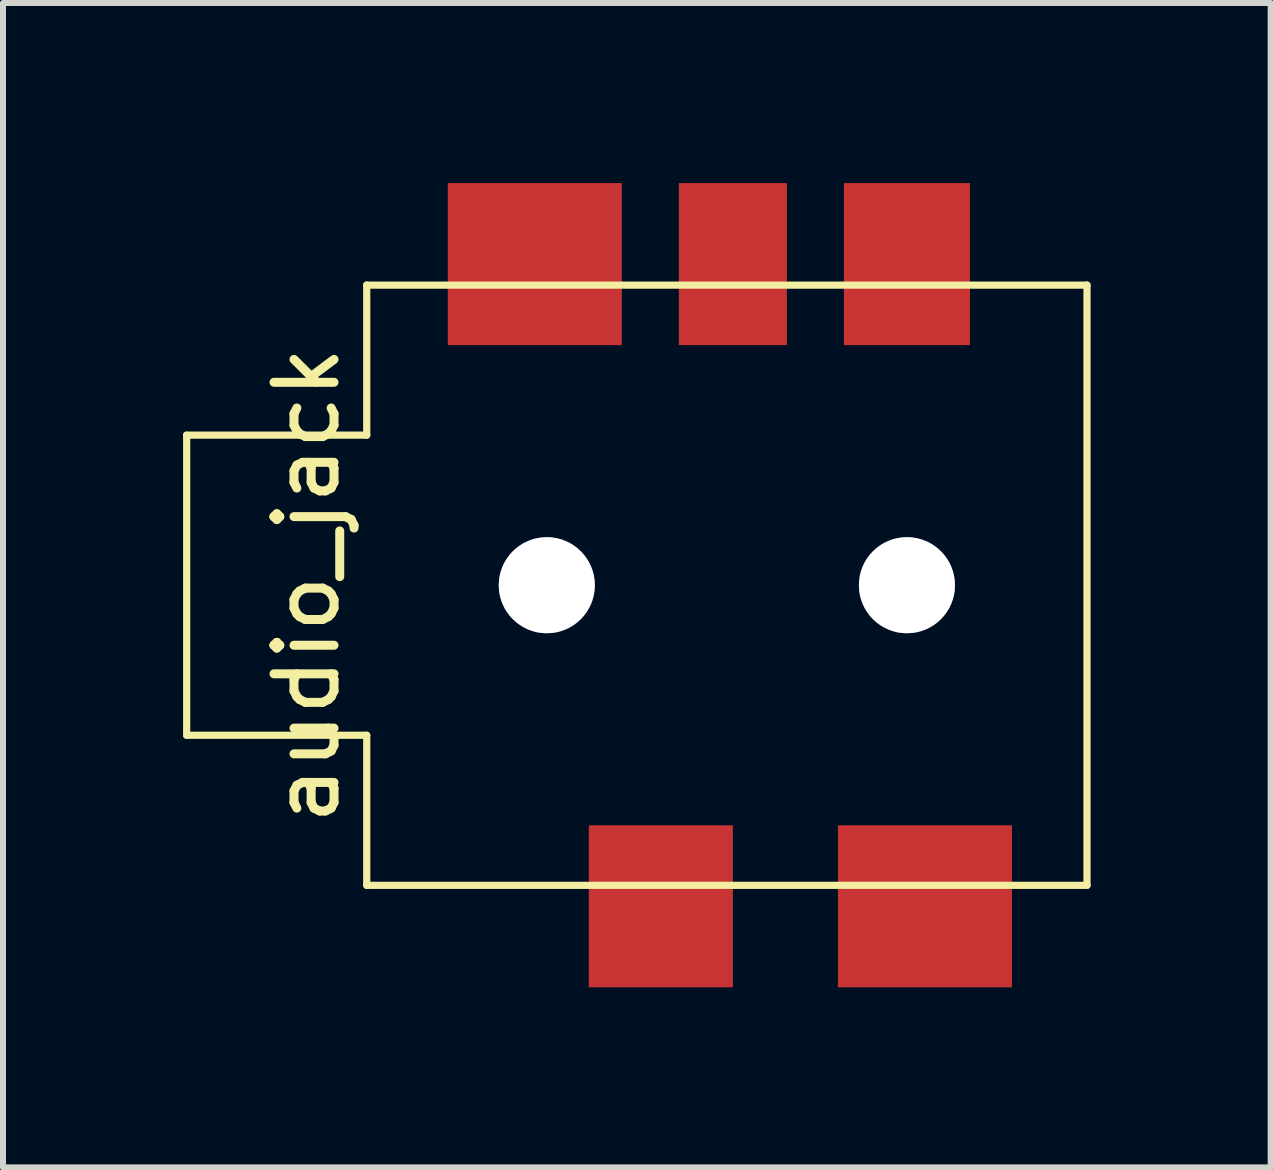
<source format=kicad_pcb>
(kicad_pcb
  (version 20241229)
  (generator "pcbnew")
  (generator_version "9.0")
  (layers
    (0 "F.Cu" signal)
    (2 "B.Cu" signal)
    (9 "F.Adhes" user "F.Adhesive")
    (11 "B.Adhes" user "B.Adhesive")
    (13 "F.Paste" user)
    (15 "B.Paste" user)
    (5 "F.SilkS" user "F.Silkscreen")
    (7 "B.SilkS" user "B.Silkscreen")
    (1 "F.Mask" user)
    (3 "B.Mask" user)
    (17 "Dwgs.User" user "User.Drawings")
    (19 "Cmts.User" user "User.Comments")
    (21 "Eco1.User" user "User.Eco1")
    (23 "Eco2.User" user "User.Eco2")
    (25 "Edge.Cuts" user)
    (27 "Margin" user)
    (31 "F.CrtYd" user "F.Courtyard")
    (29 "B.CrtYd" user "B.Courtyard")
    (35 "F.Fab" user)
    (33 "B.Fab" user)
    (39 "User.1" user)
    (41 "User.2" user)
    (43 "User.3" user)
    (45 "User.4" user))
  (footprint "audio_jack"
    (layer "F.Cu")
    (at 3.06 6.7)
    (property "Reference" "audio_jack" (at -1 0 90) (layer "F.SilkS") (effects (font (size 1 1) (thickness 0.15))))
    (attr through_hole)
    (fp_line (start -3 -2.5) (end -3 2.5) (stroke (width 0.12) (type solid)) (layer "F.SilkS"))
    (fp_line (start -3 2.5) (end 0 2.5) (stroke (width 0.12) (type solid)) (layer "F.SilkS"))
    (fp_line (start 0 -5) (end 0 -2.5) (stroke (width 0.12) (type solid)) (layer "F.SilkS"))
    (fp_line (start 0 -5) (end 12 -5) (stroke (width 0.12) (type solid)) (layer "F.SilkS"))
    (fp_line (start 0 -2.5) (end -3 -2.5) (stroke (width 0.12) (type solid)) (layer "F.SilkS"))
    (fp_line (start 0 2.5) (end 0 5) (stroke (width 0.12) (type solid)) (layer "F.SilkS"))
    (fp_line (start 12 -5) (end 12 5) (stroke (width 0.12) (type solid)) (layer "F.SilkS"))
    (fp_line (start 12 5) (end 0 5) (stroke (width 0.12) (type solid)) (layer "F.SilkS"))
    (pad "" thru_hole circle (at 3 0) (size 1.6 1.6) (drill 1.6) (layers "*.Cu" "*.Mask"))
    (pad "" thru_hole circle (at 9 0) (size 1.6 1.6) (drill 1.6) (layers "*.Cu" "*.Mask"))
    (pad "1" smd rect (at 2.8 -5.35) (size 2.9 2.7) (layers "F.Cu" "F.Mask" "F.Paste"))
    (pad "2" smd rect (at 9.3 5.35) (size 2.9 2.7) (layers "F.Cu" "F.Mask" "F.Paste"))
    (pad "3" smd rect (at 9 -5.35) (size 2.1 2.7) (layers "F.Cu" "F.Mask" "F.Paste"))
    (pad "10" smd rect (at 4.9 5.35) (size 2.4 2.7) (layers "F.Cu" "F.Mask" "F.Paste"))
    (pad "11" smd rect (at 6.1 -5.35) (size 1.8 2.7) (layers "F.Cu" "F.Mask" "F.Paste")))
  (gr_rect
    (start -3 -3)
    (end 18.12 16.4)
    (stroke (width 0.1) (type default))
    (fill no)
    (layer "Edge.Cuts")))
</source>
